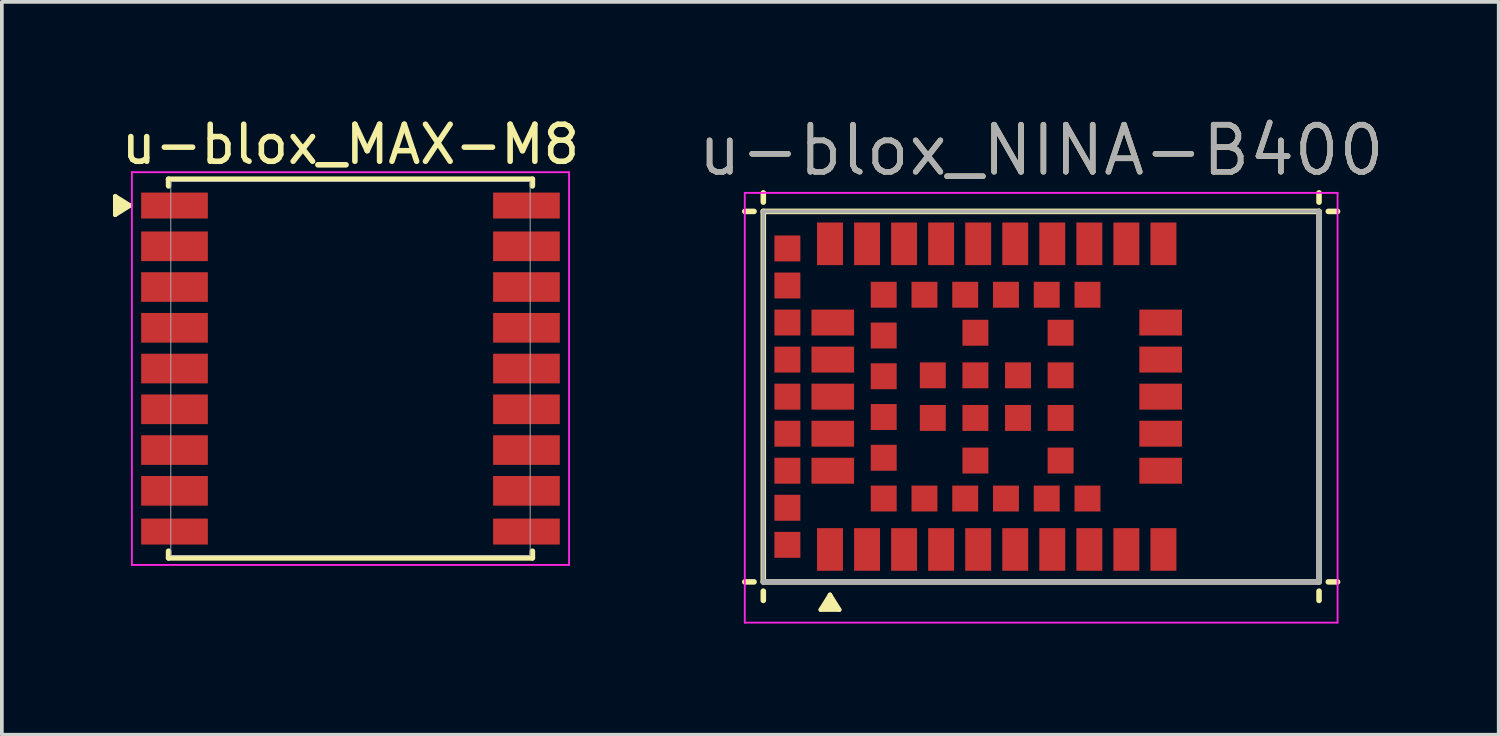
<source format=kicad_pcb>
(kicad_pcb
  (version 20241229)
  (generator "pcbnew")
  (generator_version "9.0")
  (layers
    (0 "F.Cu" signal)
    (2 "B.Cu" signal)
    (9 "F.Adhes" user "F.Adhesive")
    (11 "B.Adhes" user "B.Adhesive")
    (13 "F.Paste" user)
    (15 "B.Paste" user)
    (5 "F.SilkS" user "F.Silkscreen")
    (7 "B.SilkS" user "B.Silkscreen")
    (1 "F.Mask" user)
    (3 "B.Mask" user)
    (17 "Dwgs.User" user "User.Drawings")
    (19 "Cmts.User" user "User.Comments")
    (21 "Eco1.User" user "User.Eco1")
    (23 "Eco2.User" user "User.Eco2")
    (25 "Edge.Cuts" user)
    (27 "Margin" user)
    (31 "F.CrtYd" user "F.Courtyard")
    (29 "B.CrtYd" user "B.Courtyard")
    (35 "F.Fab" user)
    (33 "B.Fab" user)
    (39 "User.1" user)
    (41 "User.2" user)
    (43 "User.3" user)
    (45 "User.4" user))
  (footprint "u-blox_MAX-M8"
    (layer "F.Cu")
    (at 6.41 6.898)
    (property "Reference" "u-blox_MAX-M8" (at 0 -6.05 0) (layer "F.SilkS") (effects (font (size 1 1) (thickness 0.15))))
    (attr smd)
    (fp_line (start -6.35 -4.65) (end -5.95 -4.4) (stroke (width 0.12) (type solid)) (layer "F.SilkS"))
    (fp_line (start -6.35 -4.15) (end -6.35 -4.65) (stroke (width 0.12) (type solid)) (layer "F.SilkS"))
    (fp_line (start -6.3 -4.2) (end -6.3 -4.6) (stroke (width 0.12) (type solid)) (layer "F.SilkS"))
    (fp_line (start -6.2 -4.25) (end -6.2 -4.55) (stroke (width 0.12) (type solid)) (layer "F.SilkS"))
    (fp_line (start -5.95 -4.4) (end -6.35 -4.4) (stroke (width 0.12) (type solid)) (layer "F.SilkS"))
    (fp_line (start -5.95 -4.4) (end -6.35 -4.15) (stroke (width 0.12) (type solid)) (layer "F.SilkS"))
    (fp_line (start -4.91 -5.11) (end -4.91 -4.93) (stroke (width 0.15) (type solid)) (layer "F.SilkS"))
    (fp_line (start -4.91 -5.11) (end 4.91 -5.11) (stroke (width 0.15) (type solid)) (layer "F.SilkS"))
    (fp_line (start -4.91 5.11) (end -4.91 4.93) (stroke (width 0.15) (type solid)) (layer "F.SilkS"))
    (fp_line (start -4.91 5.11) (end 4.91 5.11) (stroke (width 0.15) (type solid)) (layer "F.SilkS"))
    (fp_line (start 4.91 -5.11) (end 4.91 -4.93) (stroke (width 0.15) (type solid)) (layer "F.SilkS"))
    (fp_line (start 4.91 5.11) (end 4.91 4.93) (stroke (width 0.15) (type solid)) (layer "F.SilkS"))
    (fp_line (start -5.9 -5.3) (end 5.9 -5.3) (stroke (width 0.05) (type solid)) (layer "F.CrtYd"))
    (fp_line (start -5.9 5.3) (end -5.9 -5.3) (stroke (width 0.05) (type solid)) (layer "F.CrtYd"))
    (fp_line (start 5.9 -5.3) (end 5.9 5.3) (stroke (width 0.05) (type solid)) (layer "F.CrtYd"))
    (fp_line (start 5.9 5.3) (end -5.9 5.3) (stroke (width 0.05) (type solid)) (layer "F.CrtYd"))
    (fp_line (start -4.85 -5.05) (end 4.85 -5.05) (stroke (width 0.025) (type solid)) (layer "F.Fab"))
    (fp_line (start -4.85 5.05) (end -4.85 -5.05) (stroke (width 0.025) (type solid)) (layer "F.Fab"))
    (fp_line (start 4.85 -5.05) (end 4.85 5.05) (stroke (width 0.025) (type solid)) (layer "F.Fab"))
    (fp_line (start 4.85 5.05) (end -4.85 5.05) (stroke (width 0.025) (type solid)) (layer "F.Fab"))
    (pad "1" smd rect (at -4.75 -4.4) (size 1.8 0.7) (layers "F.Cu" "F.Mask" "F.Paste"))
    (pad "2" smd rect (at -4.75 -3.3) (size 1.8 0.8) (layers "F.Cu" "F.Mask" "F.Paste"))
    (pad "3" smd rect (at -4.75 -2.2) (size 1.8 0.8) (layers "F.Cu" "F.Mask" "F.Paste"))
    (pad "4" smd rect (at -4.75 -1.1) (size 1.8 0.8) (layers "F.Cu" "F.Mask" "F.Paste"))
    (pad "5" smd rect (at -4.75 0) (size 1.8 0.8) (layers "F.Cu" "F.Mask" "F.Paste"))
    (pad "6" smd rect (at -4.75 1.1) (size 1.8 0.8) (layers "F.Cu" "F.Mask" "F.Paste"))
    (pad "7" smd rect (at -4.75 2.2) (size 1.8 0.8) (layers "F.Cu" "F.Mask" "F.Paste"))
    (pad "8" smd rect (at -4.75 3.3) (size 1.8 0.8) (layers "F.Cu" "F.Mask" "F.Paste"))
    (pad "9" smd rect (at -4.75 4.4) (size 1.8 0.7) (layers "F.Cu" "F.Mask" "F.Paste"))
    (pad "10" smd rect (at 4.75 4.4) (size 1.8 0.7) (layers "F.Cu" "F.Mask" "F.Paste"))
    (pad "11" smd rect (at 4.75 3.3) (size 1.8 0.8) (layers "F.Cu" "F.Mask" "F.Paste"))
    (pad "12" smd rect (at 4.75 2.2) (size 1.8 0.8) (layers "F.Cu" "F.Mask" "F.Paste"))
    (pad "13" smd rect (at 4.75 1.1) (size 1.8 0.8) (layers "F.Cu" "F.Mask" "F.Paste"))
    (pad "14" smd rect (at 4.75 0) (size 1.8 0.8) (layers "F.Cu" "F.Mask" "F.Paste"))
    (pad "15" smd rect (at 4.75 -1.1) (size 1.8 0.8) (layers "F.Cu" "F.Mask" "F.Paste"))
    (pad "16" smd rect (at 4.75 -2.2) (size 1.8 0.8) (layers "F.Cu" "F.Mask" "F.Paste"))
    (pad "17" smd rect (at 4.75 -3.3) (size 1.8 0.8) (layers "F.Cu" "F.Mask" "F.Paste"))
    (pad "18" smd rect (at 4.75 -4.4) (size 1.8 0.7) (layers "F.Cu" "F.Mask" "F.Paste")))
  (footprint "u-blox_NINA-B400"
    (layer "F.Cu")
    (at 25.053 7.656)
    (property "Reference" "u-blox_NINA-B400" (at 0 -6.65 180) (layer "F.SilkS") (effects (font (size 1.27 1.27) (thickness 0.15))))
    (attr smd)
    (fp_line (start -7.75 -5) (end -8 -5) (stroke (width 0.15) (type solid)) (layer "F.SilkS"))
    (fp_line (start -7.75 5) (end -8 5) (stroke (width 0.15) (type solid)) (layer "F.SilkS"))
    (fp_line (start -7.5 -5.25) (end -7.5 -5.5) (stroke (width 0.15) (type solid)) (layer "F.SilkS"))
    (fp_line (start -7.5 -5) (end 7.5 -5) (stroke (width 0.15) (type solid)) (layer "F.SilkS"))
    (fp_line (start -7.5 5) (end -7.5 -5) (stroke (width 0.15) (type solid)) (layer "F.SilkS"))
    (fp_line (start -7.5 5.25) (end -7.5 5.5) (stroke (width 0.15) (type solid)) (layer "F.SilkS"))
    (fp_line (start -5.95 5.75) (end -5.45 5.75) (stroke (width 0.12) (type solid)) (layer "F.SilkS"))
    (fp_line (start -5.8 5.55) (end -5.6 5.55) (stroke (width 0.12) (type solid)) (layer "F.SilkS"))
    (fp_line (start -5.7 5.35) (end -5.95 5.75) (stroke (width 0.12) (type solid)) (layer "F.SilkS"))
    (fp_line (start -5.7 5.35) (end -5.7 5.65) (stroke (width 0.12) (type solid)) (layer "F.SilkS"))
    (fp_line (start -5.55 5.65) (end -5.85 5.65) (stroke (width 0.12) (type solid)) (layer "F.SilkS"))
    (fp_line (start -5.45 5.75) (end -5.7 5.35) (stroke (width 0.12) (type solid)) (layer "F.SilkS"))
    (fp_line (start 7.5 -5.25) (end 7.5 -5.5) (stroke (width 0.15) (type solid)) (layer "F.SilkS"))
    (fp_line (start 7.5 -5) (end 7.5 5) (stroke (width 0.15) (type solid)) (layer "F.SilkS"))
    (fp_line (start 7.5 5) (end -7.5 5) (stroke (width 0.15) (type solid)) (layer "F.SilkS"))
    (fp_line (start 7.5 5.25) (end 7.5 5.5) (stroke (width 0.15) (type solid)) (layer "F.SilkS"))
    (fp_line (start 7.75 -5) (end 8 -5) (stroke (width 0.15) (type solid)) (layer "F.SilkS"))
    (fp_line (start 7.75 5) (end 8 5) (stroke (width 0.15) (type solid)) (layer "F.SilkS"))
    (fp_line (start -8 -5.5) (end 8 -5.5) (stroke (width 0.05) (type solid)) (layer "F.CrtYd"))
    (fp_line (start -8 6.1) (end -8 -5.5) (stroke (width 0.05) (type solid)) (layer "F.CrtYd"))
    (fp_line (start 8 -5.5) (end 8 6.1) (stroke (width 0.05) (type solid)) (layer "F.CrtYd"))
    (fp_line (start 8 6.1) (end -8 6.1) (stroke (width 0.05) (type solid)) (layer "F.CrtYd"))
    (fp_line (start -7.5 -5) (end 7.5 -5) (stroke (width 0.1) (type solid)) (layer "F.Fab"))
    (fp_line (start -7.5 5) (end -7.5 -5) (stroke (width 0.1) (type solid)) (layer "F.Fab"))
    (fp_line (start 7.5 -5) (end 7.5 5) (stroke (width 0.15) (type solid)) (layer "F.Fab"))
    (fp_line (start 7.5 5) (end -7.5 5) (stroke (width 0.15) (type solid)) (layer "F.Fab"))
    (fp_text user "${REFERENCE}" (at 0 -6.65 0) (layer "F.Fab") (effects (font (size 1.27 1.27) (thickness 0.15))))
    (pad "1" smd rect (at -5.7 4.125) (size 0.7 1.15) (layers "F.Cu" "F.Mask" "F.Paste"))
    (pad "2" smd rect (at -4.7 4.125) (size 0.7 1.15) (layers "F.Cu" "F.Mask" "F.Paste"))
    (pad "3" smd rect (at -3.7 4.125) (size 0.7 1.15) (layers "F.Cu" "F.Mask" "F.Paste"))
    (pad "4" smd rect (at -2.7 4.125) (size 0.7 1.15) (layers "F.Cu" "F.Mask" "F.Paste"))
    (pad "5" smd rect (at -1.7 4.125) (size 0.7 1.15) (layers "F.Cu" "F.Mask" "F.Paste"))
    (pad "6" smd rect (at -0.7 4.125) (size 0.7 1.15) (layers "F.Cu" "F.Mask" "F.Paste"))
    (pad "7" smd rect (at 0.3 4.125) (size 0.7 1.15) (layers "F.Cu" "F.Mask" "F.Paste"))
    (pad "8" smd rect (at 1.3 4.125) (size 0.7 1.15) (layers "F.Cu" "F.Mask" "F.Paste"))
    (pad "9" smd rect (at 2.3 4.125) (size 0.7 1.15) (layers "F.Cu" "F.Mask" "F.Paste"))
    (pad "10" smd rect (at 3.3 4.125) (size 0.7 1.15) (layers "F.Cu" "F.Mask" "F.Paste"))
    (pad "11" smd rect (at 3.225 2 90) (size 0.7 1.15) (layers "F.Cu" "F.Mask" "F.Paste"))
    (pad "12" smd rect (at 3.225 1 90) (size 0.7 1.15) (layers "F.Cu" "F.Mask" "F.Paste"))
    (pad "13" smd rect (at 3.225 0 90) (size 0.7 1.15) (layers "F.Cu" "F.Mask" "F.Paste"))
    (pad "14" smd rect (at 3.225 -1 90) (size 0.7 1.15) (layers "F.Cu" "F.Mask" "F.Paste"))
    (pad "15" smd rect (at 3.225 -2 90) (size 0.7 1.15) (layers "F.Cu" "F.Mask" "F.Paste"))
    (pad "16" smd rect (at 3.3 -4.125) (size 0.7 1.15) (layers "F.Cu" "F.Mask" "F.Paste"))
    (pad "17" smd rect (at 2.3 -4.125) (size 0.7 1.15) (layers "F.Cu" "F.Mask" "F.Paste"))
    (pad "18" smd rect (at 1.3 -4.125) (size 0.7 1.15) (layers "F.Cu" "F.Mask" "F.Paste"))
    (pad "19" smd rect (at 0.3 -4.125) (size 0.7 1.15) (layers "F.Cu" "F.Mask" "F.Paste"))
    (pad "20" smd rect (at -0.7 -4.125) (size 0.7 1.15) (layers "F.Cu" "F.Mask" "F.Paste"))
    (pad "21" smd rect (at -1.7 -4.125) (size 0.7 1.15) (layers "F.Cu" "F.Mask" "F.Paste"))
    (pad "22" smd rect (at -2.7 -4.125) (size 0.7 1.15) (layers "F.Cu" "F.Mask" "F.Paste"))
    (pad "23" smd rect (at -3.7 -4.125) (size 0.7 1.15) (layers "F.Cu" "F.Mask" "F.Paste"))
    (pad "24" smd rect (at -4.7 -4.125) (size 0.7 1.15) (layers "F.Cu" "F.Mask" "F.Paste"))
    (pad "25" smd rect (at -5.7 -4.125) (size 0.7 1.15) (layers "F.Cu" "F.Mask" "F.Paste"))
    (pad "26" smd rect (at -5.625 -2 90) (size 0.7 1.15) (layers "F.Cu" "F.Mask" "F.Paste"))
    (pad "27" smd rect (at -5.625 -1 90) (size 0.7 1.15) (layers "F.Cu" "F.Mask" "F.Paste"))
    (pad "28" smd rect (at -5.625 0 90) (size 0.7 1.15) (layers "F.Cu" "F.Mask" "F.Paste"))
    (pad "29" smd rect (at -5.625 1 90) (size 0.7 1.15) (layers "F.Cu" "F.Mask" "F.Paste"))
    (pad "30" smd rect (at -5.625 2 90) (size 0.7 1.15) (layers "F.Cu" "F.Mask" "F.Paste"))
    (pad "31" smd rect (at -4.25 2.75 90) (size 0.7 0.7) (layers "F.Cu" "F.Mask" "F.Paste"))
    (pad "32" smd rect (at -3.15 2.75 90) (size 0.7 0.7) (layers "F.Cu" "F.Mask" "F.Paste"))
    (pad "33" smd rect (at -2.05 2.75 90) (size 0.7 0.7) (layers "F.Cu" "F.Mask" "F.Paste"))
    (pad "34" smd rect (at -0.95 2.75 90) (size 0.7 0.7) (layers "F.Cu" "F.Mask" "F.Paste"))
    (pad "35" smd rect (at 0.15 2.75 90) (size 0.7 0.7) (layers "F.Cu" "F.Mask" "F.Paste"))
    (pad "36" smd rect (at 1.25 2.75 90) (size 0.7 0.7) (layers "F.Cu" "F.Mask" "F.Paste"))
    (pad "37" smd rect (at 1.25 -2.75 90) (size 0.7 0.7) (layers "F.Cu" "F.Mask" "F.Paste"))
    (pad "38" smd rect (at 0.15 -2.75 90) (size 0.7 0.7) (layers "F.Cu" "F.Mask" "F.Paste"))
    (pad "39" smd rect (at -0.95 -2.75 90) (size 0.7 0.7) (layers "F.Cu" "F.Mask" "F.Paste"))
    (pad "40" smd rect (at -2.05 -2.75 90) (size 0.7 0.7) (layers "F.Cu" "F.Mask" "F.Paste"))
    (pad "41" smd rect (at -3.15 -2.75 90) (size 0.7 0.7) (layers "F.Cu" "F.Mask" "F.Paste"))
    (pad "42" smd rect (at -4.25 -2.75 90) (size 0.7 0.7) (layers "F.Cu" "F.Mask" "F.Paste"))
    (pad "43" smd rect (at -4.25 -1.65 90) (size 0.7 0.7) (layers "F.Cu" "F.Mask" "F.Paste"))
    (pad "44" smd rect (at -4.25 -0.55 90) (size 0.7 0.7) (layers "F.Cu" "F.Mask" "F.Paste"))
    (pad "45" smd rect (at -4.25 0.55 90) (size 0.7 0.7) (layers "F.Cu" "F.Mask" "F.Paste"))
    (pad "46" smd rect (at -4.25 1.65 90) (size 0.7 0.7) (layers "F.Cu" "F.Mask" "F.Paste"))
    (pad "47" smd rect (at -6.85 -4 90) (size 0.7 0.7) (layers "F.Cu" "F.Mask" "F.Paste"))
    (pad "48" smd rect (at -6.85 -3 90) (size 0.7 0.7) (layers "F.Cu" "F.Mask" "F.Paste"))
    (pad "49" smd rect (at -6.85 -2 90) (size 0.7 0.7) (layers "F.Cu" "F.Mask" "F.Paste"))
    (pad "50" smd rect (at -6.85 -1 90) (size 0.7 0.7) (layers "F.Cu" "F.Mask" "F.Paste"))
    (pad "51" smd rect (at -6.85 0 90) (size 0.7 0.7) (layers "F.Cu" "F.Mask" "F.Paste"))
    (pad "52" smd rect (at -6.85 1 90) (size 0.7 0.7) (layers "F.Cu" "F.Mask" "F.Paste"))
    (pad "53" smd rect (at -6.85 2 90) (size 0.7 0.7) (layers "F.Cu" "F.Mask" "F.Paste"))
    (pad "54" smd rect (at -6.85 3 90) (size 0.7 0.7) (layers "F.Cu" "F.Mask" "F.Paste"))
    (pad "55" smd rect (at -6.85 4 90) (size 0.7 0.7) (layers "F.Cu" "F.Mask" "F.Paste"))
    (pad "G1" smd rect (at -1.775 1.725 90) (size 0.7 0.7) (layers "F.Cu" "F.Mask" "F.Paste"))
    (pad "G2" smd rect (at 0.525 1.725 90) (size 0.7 0.7) (layers "F.Cu" "F.Mask" "F.Paste"))
    (pad "G3" smd rect (at -2.925 0.575 90) (size 0.7 0.7) (layers "F.Cu" "F.Mask" "F.Paste"))
    (pad "G4" smd rect (at -1.775 0.575 90) (size 0.7 0.7) (layers "F.Cu" "F.Mask" "F.Paste"))
    (pad "G5" smd rect (at -0.625 0.575 90) (size 0.7 0.7) (layers "F.Cu" "F.Mask" "F.Paste"))
    (pad "G6" smd rect (at 0.525 0.575 90) (size 0.7 0.7) (layers "F.Cu" "F.Mask" "F.Paste"))
    (pad "G7" smd rect (at -2.925 -0.575 90) (size 0.7 0.7) (layers "F.Cu" "F.Mask" "F.Paste"))
    (pad "G8" smd rect (at -1.775 -0.575 90) (size 0.7 0.7) (layers "F.Cu" "F.Mask" "F.Paste"))
    (pad "G9" smd rect (at -0.625 -0.575 90) (size 0.7 0.7) (layers "F.Cu" "F.Mask" "F.Paste"))
    (pad "G10" smd rect (at 0.525 -0.575 90) (size 0.7 0.7) (layers "F.Cu" "F.Mask" "F.Paste"))
    (pad "G11" smd rect (at -1.775 -1.725 90) (size 0.7 0.7) (layers "F.Cu" "F.Mask" "F.Paste"))
    (pad "G12" smd rect (at 0.525 -1.725 90) (size 0.7 0.7) (layers "F.Cu" "F.Mask" "F.Paste")))
  (gr_rect
    (start -3 -3)
    (end 37.403 16.781)
    (stroke (width 0.1) (type default))
    (fill no)
    (layer "Edge.Cuts")))
</source>
